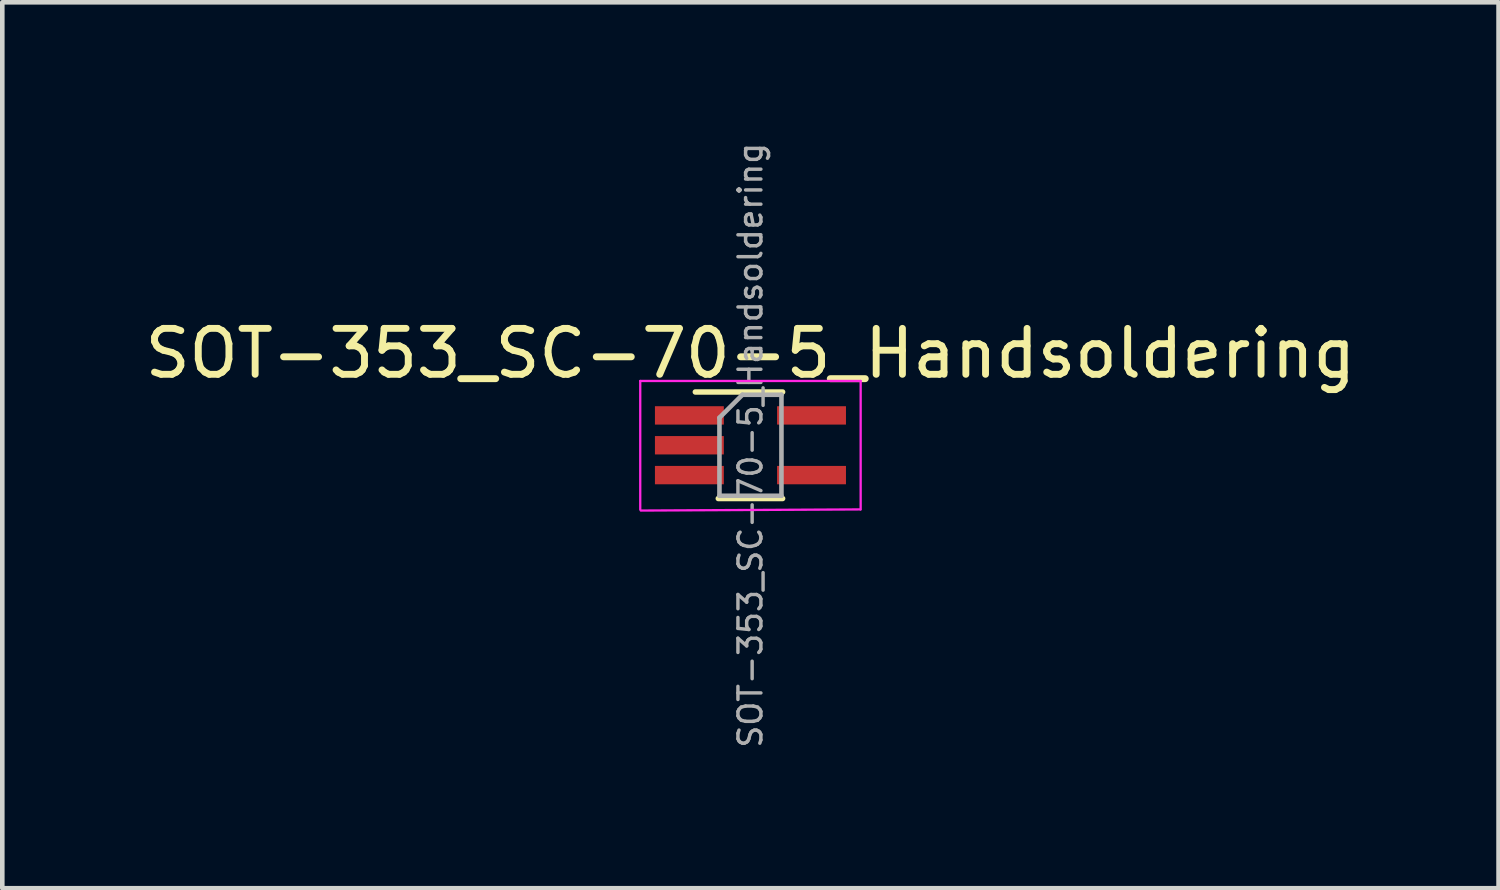
<source format=kicad_pcb>
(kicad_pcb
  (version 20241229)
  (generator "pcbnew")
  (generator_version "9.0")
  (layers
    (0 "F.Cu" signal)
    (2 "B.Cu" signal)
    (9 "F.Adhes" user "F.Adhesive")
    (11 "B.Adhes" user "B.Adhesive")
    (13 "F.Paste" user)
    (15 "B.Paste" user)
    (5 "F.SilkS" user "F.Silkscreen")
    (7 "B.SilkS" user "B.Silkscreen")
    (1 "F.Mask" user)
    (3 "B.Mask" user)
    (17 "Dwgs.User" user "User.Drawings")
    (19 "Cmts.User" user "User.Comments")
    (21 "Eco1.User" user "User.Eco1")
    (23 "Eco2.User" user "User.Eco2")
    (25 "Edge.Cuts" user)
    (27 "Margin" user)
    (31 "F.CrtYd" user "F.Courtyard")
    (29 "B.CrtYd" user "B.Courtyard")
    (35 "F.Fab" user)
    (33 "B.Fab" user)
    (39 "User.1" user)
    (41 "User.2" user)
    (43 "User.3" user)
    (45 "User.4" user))
  (footprint "SOT-353_SC-70-5_Handsoldering"
    (layer "F.Cu")
    (at 13.292 6.646)
    (property "Reference" "SOT-353_SC-70-5_Handsoldering" (at 0 -2 0) (layer "F.SilkS") (effects (font (size 1 1) (thickness 0.15))))
    (attr smd)
    (fp_line (start -0.7 1.16) (end 0.7 1.16) (stroke (width 0.12) (type solid)) (layer "F.SilkS"))
    (fp_line (start 0.7 -1.16) (end -1.2 -1.16) (stroke (width 0.12) (type solid)) (layer "F.SilkS"))
    (fp_line (start -2.4 -1.4) (end -2.4 1.4) (stroke (width 0.05) (type solid)) (layer "F.CrtYd"))
    (fp_line (start -2.4 -1.4) (end 2.4 -1.4) (stroke (width 0.05) (type solid)) (layer "F.CrtYd"))
    (fp_line (start -2.388 1.422) (end 2.388 1.397) (stroke (width 0.05) (type solid)) (layer "F.CrtYd"))
    (fp_line (start 2.4 1.4) (end 2.4 -1.4) (stroke (width 0.05) (type solid)) (layer "F.CrtYd"))
    (fp_line (start -0.675 -0.6) (end -0.675 1.1) (stroke (width 0.1) (type solid)) (layer "F.Fab"))
    (fp_line (start -0.175 -1.1) (end -0.675 -0.6) (stroke (width 0.1) (type solid)) (layer "F.Fab"))
    (fp_line (start 0.675 -1.1) (end -0.175 -1.1) (stroke (width 0.1) (type solid)) (layer "F.Fab"))
    (fp_line (start 0.675 -1.1) (end 0.675 1.1) (stroke (width 0.1) (type solid)) (layer "F.Fab"))
    (fp_line (start 0.675 1.1) (end -0.675 1.1) (stroke (width 0.1) (type solid)) (layer "F.Fab"))
    (fp_text user "${REFERENCE}" (at 0 0 90) (layer "F.Fab") (effects (font (size 0.5 0.5) (thickness 0.075))))
    (pad "1" smd rect (at -1.33 -0.65) (size 1.5 0.4) (layers "F.Cu" "F.Mask" "F.Paste"))
    (pad "2" smd rect (at -1.33 0) (size 1.5 0.4) (layers "F.Cu" "F.Mask" "F.Paste"))
    (pad "3" smd rect (at -1.33 0.65) (size 1.5 0.4) (layers "F.Cu" "F.Mask" "F.Paste"))
    (pad "4" smd rect (at 1.33 0.65) (size 1.5 0.4) (layers "F.Cu" "F.Mask" "F.Paste"))
    (pad "5" smd rect (at 1.33 -0.65) (size 1.5 0.4) (layers "F.Cu" "F.Mask" "F.Paste")))
  (gr_rect
    (start -3 -3)
    (end 29.583 16.292)
    (stroke (width 0.1) (type default))
    (fill no)
    (layer "Edge.Cuts")))
</source>
